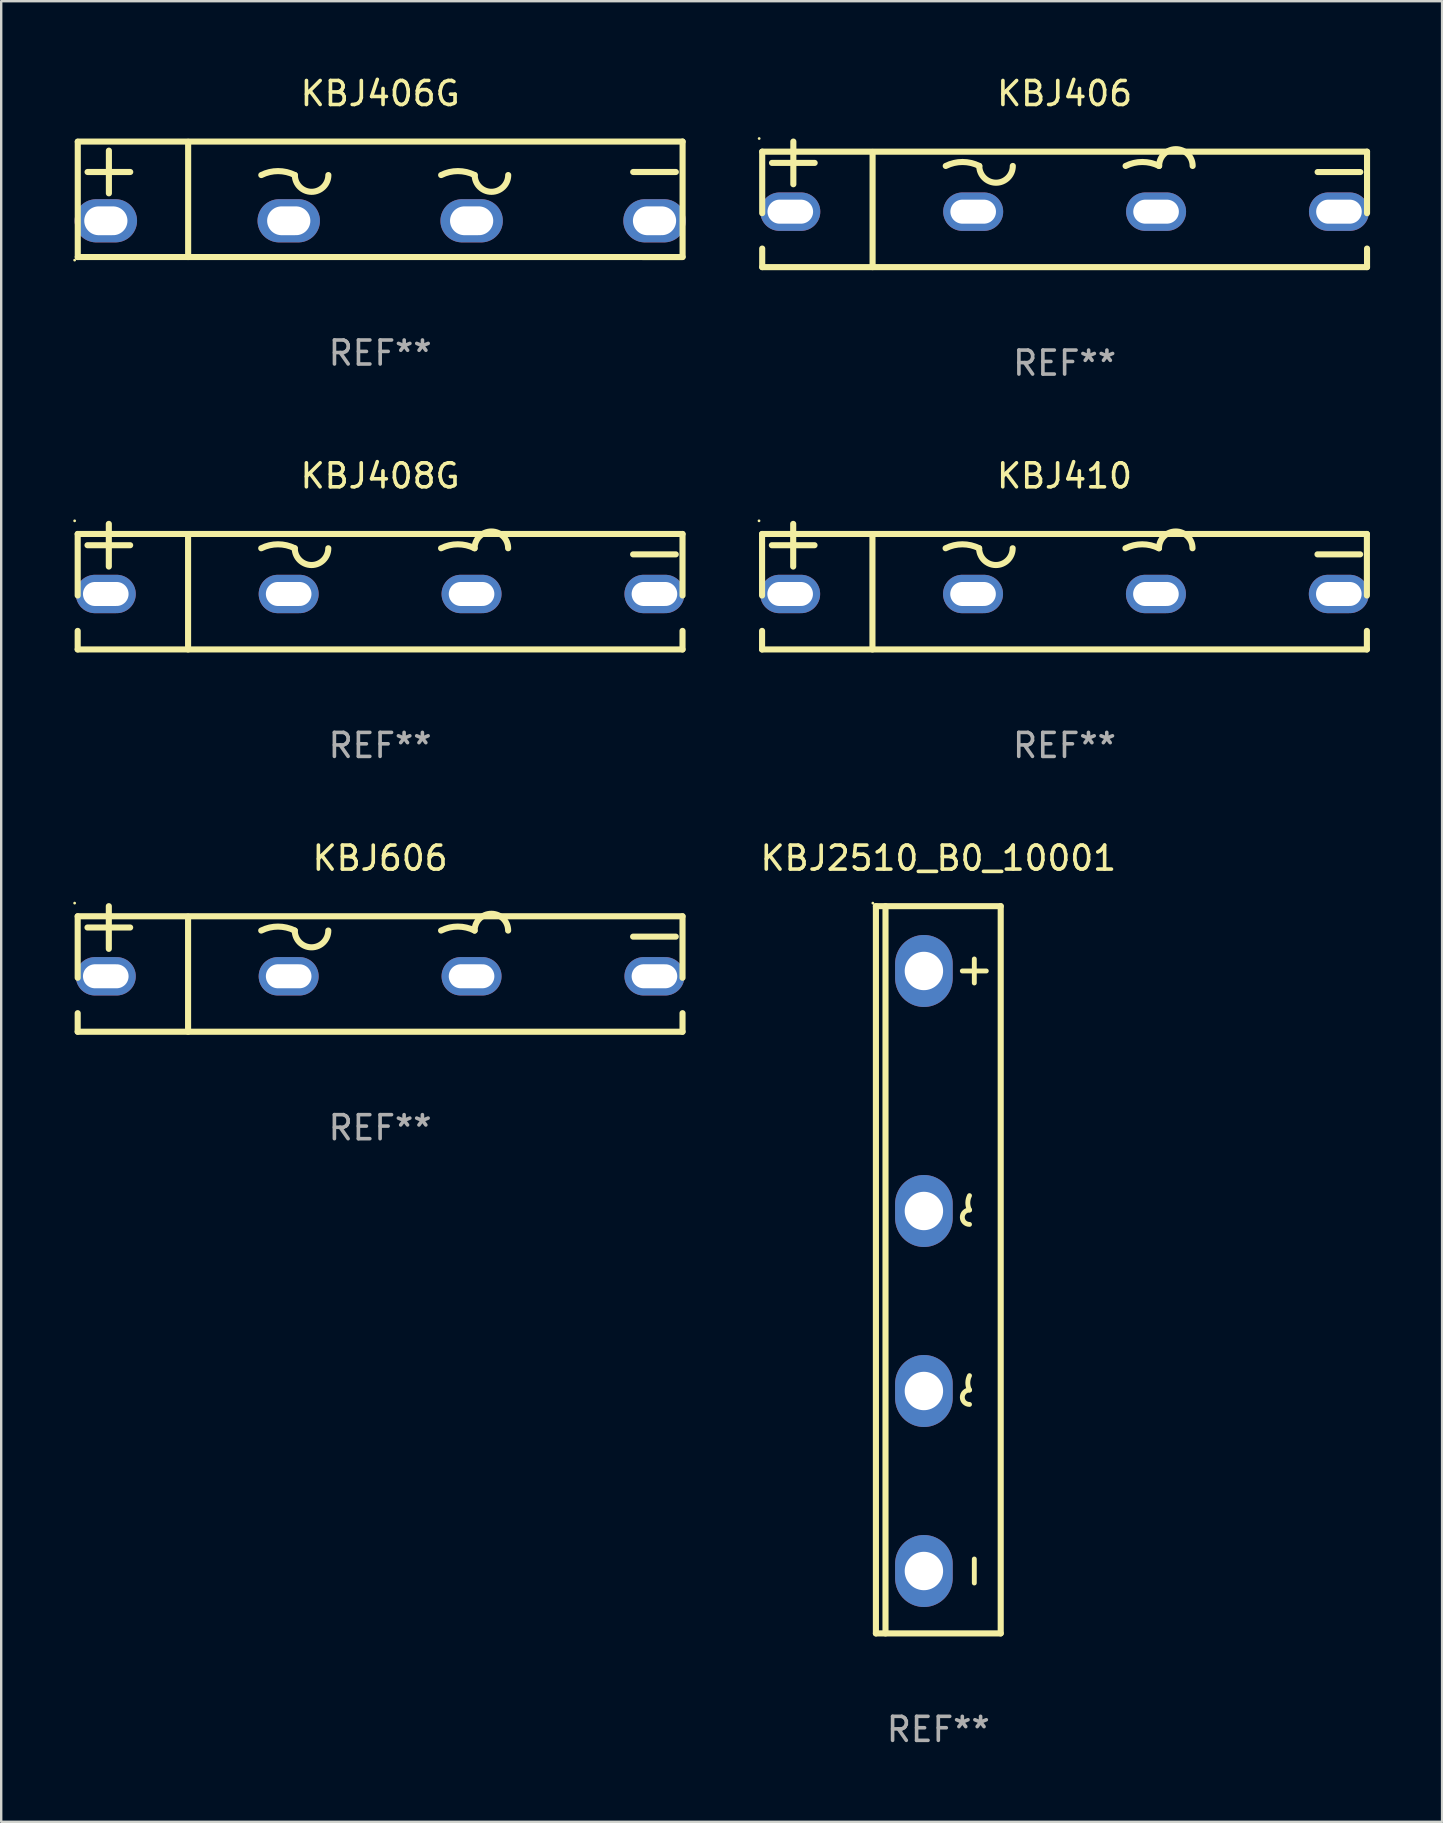
<source format=kicad_pcb>
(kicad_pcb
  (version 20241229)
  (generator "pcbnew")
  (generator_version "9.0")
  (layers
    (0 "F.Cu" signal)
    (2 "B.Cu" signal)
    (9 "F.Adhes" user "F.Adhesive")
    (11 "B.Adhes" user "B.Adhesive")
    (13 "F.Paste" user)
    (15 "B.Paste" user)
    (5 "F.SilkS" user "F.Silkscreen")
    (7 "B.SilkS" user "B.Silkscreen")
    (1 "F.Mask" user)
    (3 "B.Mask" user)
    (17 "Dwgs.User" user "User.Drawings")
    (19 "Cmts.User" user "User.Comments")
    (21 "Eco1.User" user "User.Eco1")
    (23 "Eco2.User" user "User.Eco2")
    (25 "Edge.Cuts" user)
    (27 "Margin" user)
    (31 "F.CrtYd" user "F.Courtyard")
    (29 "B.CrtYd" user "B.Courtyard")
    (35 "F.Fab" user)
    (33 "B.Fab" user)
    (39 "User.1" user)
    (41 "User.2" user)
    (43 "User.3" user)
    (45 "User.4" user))
  (footprint "KBJ606"
    (layer "F.Cu")
    (at 12.787 37.321)
    (property "Reference" "KBJ606" (at 0 -4.616 0) (layer "F.SilkS") (effects (font (size 1 1) (thickness 0.15))))
    (attr through_hole)
    (fp_line (start -12.6 -2.195) (end -12.6 0.368) (stroke (width 0.254) (type solid)) (layer "F.SilkS"))
    (fp_line (start -12.6 -2.195) (end 12.6 -2.195) (stroke (width 0.254) (type solid)) (layer "F.SilkS"))
    (fp_line (start -12.6 1.842) (end -12.6 2.616) (stroke (width 0.254) (type solid)) (layer "F.SilkS"))
    (fp_line (start -12.192 -1.727) (end -10.414 -1.727) (stroke (width 0.254) (type solid)) (layer "F.SilkS"))
    (fp_line (start -11.303 -0.838) (end -11.303 -2.616) (stroke (width 0.254) (type solid)) (layer "F.SilkS"))
    (fp_line (start -8.001 2.616) (end -8.001 -2.184) (stroke (width 0.254) (type solid)) (layer "F.SilkS"))
    (fp_line (start 10.541 -1.346) (end 12.319 -1.346) (stroke (width 0.254) (type solid)) (layer "F.SilkS"))
    (fp_line (start 12.6 -2.195) (end 12.6 0.368) (stroke (width 0.254) (type solid)) (layer "F.SilkS"))
    (fp_line (start 12.6 1.842) (end 12.6 2.616) (stroke (width 0.254) (type solid)) (layer "F.SilkS"))
    (fp_line (start 12.6 2.616) (end -12.6 2.616) (stroke (width 0.254) (type solid)) (layer "F.SilkS"))
    (fp_arc (start -4.95301 -1.600025) (mid -4.254509 -1.764919) (end -3.556008 -1.600025) (stroke (width 0.254001) (type solid)) (layer "F.SilkS"))
    (fp_arc (start -2.159004 -1.600025) (mid -2.857506 -0.901523) (end -3.556008 -1.600025) (stroke (width 0.254001) (type solid)) (layer "F.SilkS"))
    (fp_arc (start 2.540005 -1.600025) (mid 3.238506 -1.764919) (end 3.937007 -1.600025) (stroke (width 0.254001) (type solid)) (layer "F.SilkS"))
    (fp_arc (start 3.937007 -1.600025) (mid 4.635509 -2.298527) (end 5.334011 -1.600025) (stroke (width 0.254001) (type solid)) (layer "F.SilkS"))
    (fp_circle (center -12.727 -2.743) (end -12.697 -2.743) (stroke (width 0.06) (type solid)) (fill no) (layer "F.SilkS"))
    (fp_text user "REF**" (at 0 6.616 0) (layer "F.Fab") (effects (font (size 1 1) (thickness 0.15))))
    (pad "1" thru_hole oval (at -11.43 0.305) (size 2.5 1.6) (drill oval 1.9 1) (layers "*.Cu" "*.Mask"))
    (pad "2" thru_hole oval (at -3.81 0.305) (size 2.5 1.6) (drill oval 1.9 1) (layers "*.Cu" "*.Mask"))
    (pad "3" thru_hole oval (at 3.81 0.305) (size 2.5 1.6) (drill oval 1.9 1) (layers "*.Cu" "*.Mask"))
    (pad "4" thru_hole oval (at 11.43 0.305) (size 2.5 1.6) (drill oval 1.9 1) (layers "*.Cu" "*.Mask")))
  (footprint "KBJ406"
    (layer "F.Cu")
    (at 41.307 5.464)
    (property "Reference" "KBJ406" (at 0 -4.616 0) (layer "F.SilkS") (effects (font (size 1 1) (thickness 0.15))))
    (attr through_hole)
    (fp_line (start -12.6 -2.195) (end -12.6 0.368) (stroke (width 0.254) (type solid)) (layer "F.SilkS"))
    (fp_line (start -12.6 -2.195) (end 12.6 -2.195) (stroke (width 0.254) (type solid)) (layer "F.SilkS"))
    (fp_line (start -12.6 1.842) (end -12.6 2.616) (stroke (width 0.254) (type solid)) (layer "F.SilkS"))
    (fp_line (start -12.192 -1.727) (end -10.414 -1.727) (stroke (width 0.254) (type solid)) (layer "F.SilkS"))
    (fp_line (start -11.303 -0.838) (end -11.303 -2.616) (stroke (width 0.254) (type solid)) (layer "F.SilkS"))
    (fp_line (start -8.001 2.616) (end -8.001 -2.184) (stroke (width 0.254) (type solid)) (layer "F.SilkS"))
    (fp_line (start 10.541 -1.346) (end 12.319 -1.346) (stroke (width 0.254) (type solid)) (layer "F.SilkS"))
    (fp_line (start 12.6 -2.195) (end 12.6 0.368) (stroke (width 0.254) (type solid)) (layer "F.SilkS"))
    (fp_line (start 12.6 1.842) (end 12.6 2.616) (stroke (width 0.254) (type solid)) (layer "F.SilkS"))
    (fp_line (start 12.6 2.616) (end -12.6 2.616) (stroke (width 0.254) (type solid)) (layer "F.SilkS"))
    (fp_arc (start -4.95301 -1.600025) (mid -4.254509 -1.764919) (end -3.556008 -1.600025) (stroke (width 0.254001) (type solid)) (layer "F.SilkS"))
    (fp_arc (start -2.159004 -1.600025) (mid -2.857506 -0.901523) (end -3.556008 -1.600025) (stroke (width 0.254001) (type solid)) (layer "F.SilkS"))
    (fp_arc (start 2.540005 -1.600025) (mid 3.238506 -1.764919) (end 3.937007 -1.600025) (stroke (width 0.254001) (type solid)) (layer "F.SilkS"))
    (fp_arc (start 3.937007 -1.600025) (mid 4.635509 -2.298527) (end 5.334011 -1.600025) (stroke (width 0.254001) (type solid)) (layer "F.SilkS"))
    (fp_circle (center -12.727 -2.743) (end -12.697 -2.743) (stroke (width 0.06) (type solid)) (fill no) (layer "F.SilkS"))
    (fp_text user "REF**" (at 0 6.616 0) (layer "F.Fab") (effects (font (size 1 1) (thickness 0.15))))
    (pad "1" thru_hole oval (at -11.43 0.305) (size 2.5 1.6) (drill oval 1.9 1) (layers "*.Cu" "*.Mask"))
    (pad "2" thru_hole oval (at -3.81 0.305) (size 2.5 1.6) (drill oval 1.9 1) (layers "*.Cu" "*.Mask"))
    (pad "3" thru_hole oval (at 3.81 0.305) (size 2.5 1.6) (drill oval 1.9 1) (layers "*.Cu" "*.Mask"))
    (pad "4" thru_hole oval (at 11.43 0.305) (size 2.5 1.6) (drill oval 1.9 1) (layers "*.Cu" "*.Mask")))
  (footprint "KBJ410"
    (layer "F.Cu")
    (at 41.301 21.393)
    (property "Reference" "KBJ410" (at 0 -4.616 0) (layer "F.SilkS") (effects (font (size 1 1) (thickness 0.15))))
    (attr through_hole)
    (fp_line (start -12.6 -2.195) (end -12.6 0.368) (stroke (width 0.254) (type solid)) (layer "F.SilkS"))
    (fp_line (start -12.6 -2.195) (end 12.6 -2.195) (stroke (width 0.254) (type solid)) (layer "F.SilkS"))
    (fp_line (start -12.6 1.842) (end -12.6 2.616) (stroke (width 0.254) (type solid)) (layer "F.SilkS"))
    (fp_line (start -12.192 -1.727) (end -10.414 -1.727) (stroke (width 0.254) (type solid)) (layer "F.SilkS"))
    (fp_line (start -11.303 -0.838) (end -11.303 -2.616) (stroke (width 0.254) (type solid)) (layer "F.SilkS"))
    (fp_line (start -8.001 2.616) (end -8.001 -2.184) (stroke (width 0.254) (type solid)) (layer "F.SilkS"))
    (fp_line (start 10.541 -1.346) (end 12.319 -1.346) (stroke (width 0.254) (type solid)) (layer "F.SilkS"))
    (fp_line (start 12.6 -2.195) (end 12.6 0.368) (stroke (width 0.254) (type solid)) (layer "F.SilkS"))
    (fp_line (start 12.6 1.842) (end 12.6 2.616) (stroke (width 0.254) (type solid)) (layer "F.SilkS"))
    (fp_line (start 12.6 2.616) (end -12.6 2.616) (stroke (width 0.254) (type solid)) (layer "F.SilkS"))
    (fp_arc (start -4.95301 -1.600025) (mid -4.254509 -1.764919) (end -3.556008 -1.600025) (stroke (width 0.254001) (type solid)) (layer "F.SilkS"))
    (fp_arc (start -2.159004 -1.600025) (mid -2.857506 -0.901523) (end -3.556008 -1.600025) (stroke (width 0.254001) (type solid)) (layer "F.SilkS"))
    (fp_arc (start 2.540005 -1.600025) (mid 3.238506 -1.764919) (end 3.937007 -1.600025) (stroke (width 0.254001) (type solid)) (layer "F.SilkS"))
    (fp_arc (start 3.937007 -1.600025) (mid 4.635509 -2.298527) (end 5.334011 -1.600025) (stroke (width 0.254001) (type solid)) (layer "F.SilkS"))
    (fp_circle (center -12.727 -2.743) (end -12.697 -2.743) (stroke (width 0.06) (type solid)) (fill no) (layer "F.SilkS"))
    (fp_text user "REF**" (at 0 6.616 0) (layer "F.Fab") (effects (font (size 1 1) (thickness 0.15))))
    (pad "1" thru_hole oval (at -11.43 0.305) (size 2.5 1.6) (drill oval 1.9 1) (layers "*.Cu" "*.Mask"))
    (pad "2" thru_hole oval (at -3.81 0.305) (size 2.5 1.6) (drill oval 1.9 1) (layers "*.Cu" "*.Mask"))
    (pad "3" thru_hole oval (at 3.81 0.305) (size 2.5 1.6) (drill oval 1.9 1) (layers "*.Cu" "*.Mask"))
    (pad "4" thru_hole oval (at 11.43 0.305) (size 2.5 1.6) (drill oval 1.9 1) (layers "*.Cu" "*.Mask")))
  (footprint "KBJ2510_B0_10001"
    (layer "F.Cu")
    (at 36.044 49.855)
    (property "Reference" "KBJ2510_B0_10001" (at 0 -17.15 0) (layer "F.SilkS") (effects (font (size 1 1) (thickness 0.15))))
    (attr through_hole)
    (fp_line (start -2.6 -15.15) (end -2.6 15.15) (stroke (width 0.254) (type solid)) (layer "F.SilkS"))
    (fp_line (start -2.6 15.15) (end 2.6 15.15) (stroke (width 0.254) (type solid)) (layer "F.SilkS"))
    (fp_line (start -2.2 15.15) (end -2.2 -15.15) (stroke (width 0.254) (type solid)) (layer "F.SilkS"))
    (fp_line (start 1 -12.45) (end 2 -12.45) (stroke (width 0.203) (type solid)) (layer "F.SilkS"))
    (fp_line (start 1.5 -11.95) (end 1.5 -12.95) (stroke (width 0.203) (type solid)) (layer "F.SilkS"))
    (fp_line (start 1.5 13.05) (end 1.5 12.05) (stroke (width 0.203) (type solid)) (layer "F.SilkS"))
    (fp_line (start 2.6 -15.15) (end -2.6 -15.15) (stroke (width 0.254) (type solid)) (layer "F.SilkS"))
    (fp_line (start 2.6 15.15) (end 2.6 -15.15) (stroke (width 0.254) (type solid)) (layer "F.SilkS"))
    (fp_arc (start 1.299923 -2.490666) (mid 1.229198 -2.790387) (end 1.299924 -3.090107) (stroke (width 0.2032) (type solid)) (layer "F.SilkS"))
    (fp_arc (start 1.299923 5.009969) (mid 1.229198 4.710248) (end 1.299924 4.410528) (stroke (width 0.2032) (type solid)) (layer "F.SilkS"))
    (fp_arc (start 1.299924 -1.891224) (mid 1.000482 -2.190945) (end 1.299923 -2.490666) (stroke (width 0.2032) (type solid)) (layer "F.SilkS"))
    (fp_arc (start 1.299924 5.609411) (mid 1.000482 5.30969) (end 1.299923 5.009969) (stroke (width 0.2032) (type solid)) (layer "F.SilkS"))
    (fp_circle (center -2.727 -15.277) (end -2.697 -15.277) (stroke (width 0.06) (type solid)) (fill no) (layer "F.SilkS"))
    (fp_text user "REF**" (at 0 19.15 0) (layer "F.Fab") (effects (font (size 1 1) (thickness 0.15))))
    (pad "1" thru_hole oval (at -0.6 -2.45 270) (size 3 2.4) (drill 1.6) (layers "*.Cu" "*.Mask"))
    (pad "2" thru_hole oval (at -0.6 -12.45 270) (size 3 2.4) (drill 1.6) (layers "*.Cu" "*.Mask"))
    (pad "3" thru_hole oval (at -0.6 5.05 270) (size 3 2.4) (drill 1.6) (layers "*.Cu" "*.Mask"))
    (pad "4" thru_hole oval (at -0.6 12.55 270) (size 3 2.4) (drill 1.6) (layers "*.Cu" "*.Mask")))
  (footprint "KBJ406G"
    (layer "F.Cu")
    (at 12.79 5.254)
    (property "Reference" "KBJ406G" (at 0 -4.406 0) (layer "F.SilkS") (effects (font (size 1 1) (thickness 0.15))))
    (attr through_hole)
    (fp_line (start -12.6 -2.406) (end 12.6 -2.405) (stroke (width 0.254) (type solid)) (layer "F.SilkS"))
    (fp_line (start -12.6 2.406) (end -12.6 -2.395) (stroke (width 0.254) (type solid)) (layer "F.SilkS"))
    (fp_line (start -12.192 -1.138) (end -10.414 -1.138) (stroke (width 0.254) (type solid)) (layer "F.SilkS"))
    (fp_line (start -11.303 -0.249) (end -11.303 -2.027) (stroke (width 0.254) (type solid)) (layer "F.SilkS"))
    (fp_line (start -8.001 2.405) (end -8.001 -2.395) (stroke (width 0.254) (type solid)) (layer "F.SilkS"))
    (fp_line (start 10.541 -1.138) (end 12.319 -1.138) (stroke (width 0.254) (type solid)) (layer "F.SilkS"))
    (fp_line (start 12.6 -2.406) (end 12.6 2.395) (stroke (width 0.254) (type solid)) (layer "F.SilkS"))
    (fp_line (start 12.6 2.406) (end -12.6 2.405) (stroke (width 0.254) (type solid)) (layer "F.SilkS"))
    (fp_arc (start -4.95301 -1.010503) (mid -4.254509 -1.175397) (end -3.556007 -1.010503) (stroke (width 0.254001) (type solid)) (layer "F.SilkS"))
    (fp_arc (start -2.159004 -1.010503) (mid -2.857506 -0.312001) (end -3.556008 -1.010503) (stroke (width 0.254001) (type solid)) (layer "F.SilkS"))
    (fp_arc (start 2.540005 -1.010503) (mid 3.238506 -1.175397) (end 3.937008 -1.010503) (stroke (width 0.254001) (type solid)) (layer "F.SilkS"))
    (fp_arc (start 5.334011 -1.010503) (mid 4.635509 -0.312001) (end 3.937007 -1.010503) (stroke (width 0.254001) (type solid)) (layer "F.SilkS"))
    (fp_circle (center -12.73 2.533) (end -12.7 2.533) (stroke (width 0.06) (type solid)) (fill no) (layer "F.SilkS"))
    (fp_text user "REF**" (at 0 6.406 0) (layer "F.Fab") (effects (font (size 1 1) (thickness 0.15))))
    (pad "1" thru_hole oval (at -11.43 0.895 90) (size 1.8 2.6) (drill oval 1.2 1.8) (layers "*.Cu" "*.Mask"))
    (pad "2" thru_hole oval (at -3.81 0.895 90) (size 1.8 2.6) (drill oval 1.2 1.8) (layers "*.Cu" "*.Mask"))
    (pad "3" thru_hole oval (at 3.81 0.895 90) (size 1.8 2.6) (drill oval 1.2 1.8) (layers "*.Cu" "*.Mask"))
    (pad "4" thru_hole oval (at 11.43 0.895 90) (size 1.8 2.6) (drill oval 1.2 1.8) (layers "*.Cu" "*.Mask")))
  (footprint "KBJ408G"
    (layer "F.Cu")
    (at 12.787 21.393)
    (property "Reference" "KBJ408G" (at 0 -4.616 0) (layer "F.SilkS") (effects (font (size 1 1) (thickness 0.15))))
    (attr through_hole)
    (fp_line (start -12.6 -2.195) (end -12.6 0.368) (stroke (width 0.254) (type solid)) (layer "F.SilkS"))
    (fp_line (start -12.6 -2.195) (end 12.6 -2.195) (stroke (width 0.254) (type solid)) (layer "F.SilkS"))
    (fp_line (start -12.6 1.842) (end -12.6 2.616) (stroke (width 0.254) (type solid)) (layer "F.SilkS"))
    (fp_line (start -12.192 -1.727) (end -10.414 -1.727) (stroke (width 0.254) (type solid)) (layer "F.SilkS"))
    (fp_line (start -11.303 -0.838) (end -11.303 -2.616) (stroke (width 0.254) (type solid)) (layer "F.SilkS"))
    (fp_line (start -8.001 2.616) (end -8.001 -2.184) (stroke (width 0.254) (type solid)) (layer "F.SilkS"))
    (fp_line (start 10.541 -1.346) (end 12.319 -1.346) (stroke (width 0.254) (type solid)) (layer "F.SilkS"))
    (fp_line (start 12.6 -2.195) (end 12.6 0.368) (stroke (width 0.254) (type solid)) (layer "F.SilkS"))
    (fp_line (start 12.6 1.842) (end 12.6 2.616) (stroke (width 0.254) (type solid)) (layer "F.SilkS"))
    (fp_line (start 12.6 2.616) (end -12.6 2.616) (stroke (width 0.254) (type solid)) (layer "F.SilkS"))
    (fp_arc (start -4.95301 -1.600025) (mid -4.254509 -1.764919) (end -3.556008 -1.600025) (stroke (width 0.254001) (type solid)) (layer "F.SilkS"))
    (fp_arc (start -2.159004 -1.600025) (mid -2.857506 -0.901523) (end -3.556008 -1.600025) (stroke (width 0.254001) (type solid)) (layer "F.SilkS"))
    (fp_arc (start 2.540005 -1.600025) (mid 3.238506 -1.764919) (end 3.937007 -1.600025) (stroke (width 0.254001) (type solid)) (layer "F.SilkS"))
    (fp_arc (start 3.937007 -1.600025) (mid 4.635509 -2.298527) (end 5.334011 -1.600025) (stroke (width 0.254001) (type solid)) (layer "F.SilkS"))
    (fp_circle (center -12.727 -2.743) (end -12.697 -2.743) (stroke (width 0.06) (type solid)) (fill no) (layer "F.SilkS"))
    (fp_text user "REF**" (at 0 6.616 0) (layer "F.Fab") (effects (font (size 1 1) (thickness 0.15))))
    (pad "1" thru_hole oval (at -11.43 0.305) (size 2.5 1.6) (drill oval 1.9 1) (layers "*.Cu" "*.Mask"))
    (pad "2" thru_hole oval (at -3.81 0.305) (size 2.5 1.6) (drill oval 1.9 1) (layers "*.Cu" "*.Mask"))
    (pad "3" thru_hole oval (at 3.81 0.305) (size 2.5 1.6) (drill oval 1.9 1) (layers "*.Cu" "*.Mask"))
    (pad "4" thru_hole oval (at 11.43 0.305) (size 2.5 1.6) (drill oval 1.9 1) (layers "*.Cu" "*.Mask")))
  (gr_rect
    (start -3 -3)
    (end 57.034 72.854)
    (stroke (width 0.1) (type default))
    (fill no)
    (layer "Edge.Cuts")))
</source>
